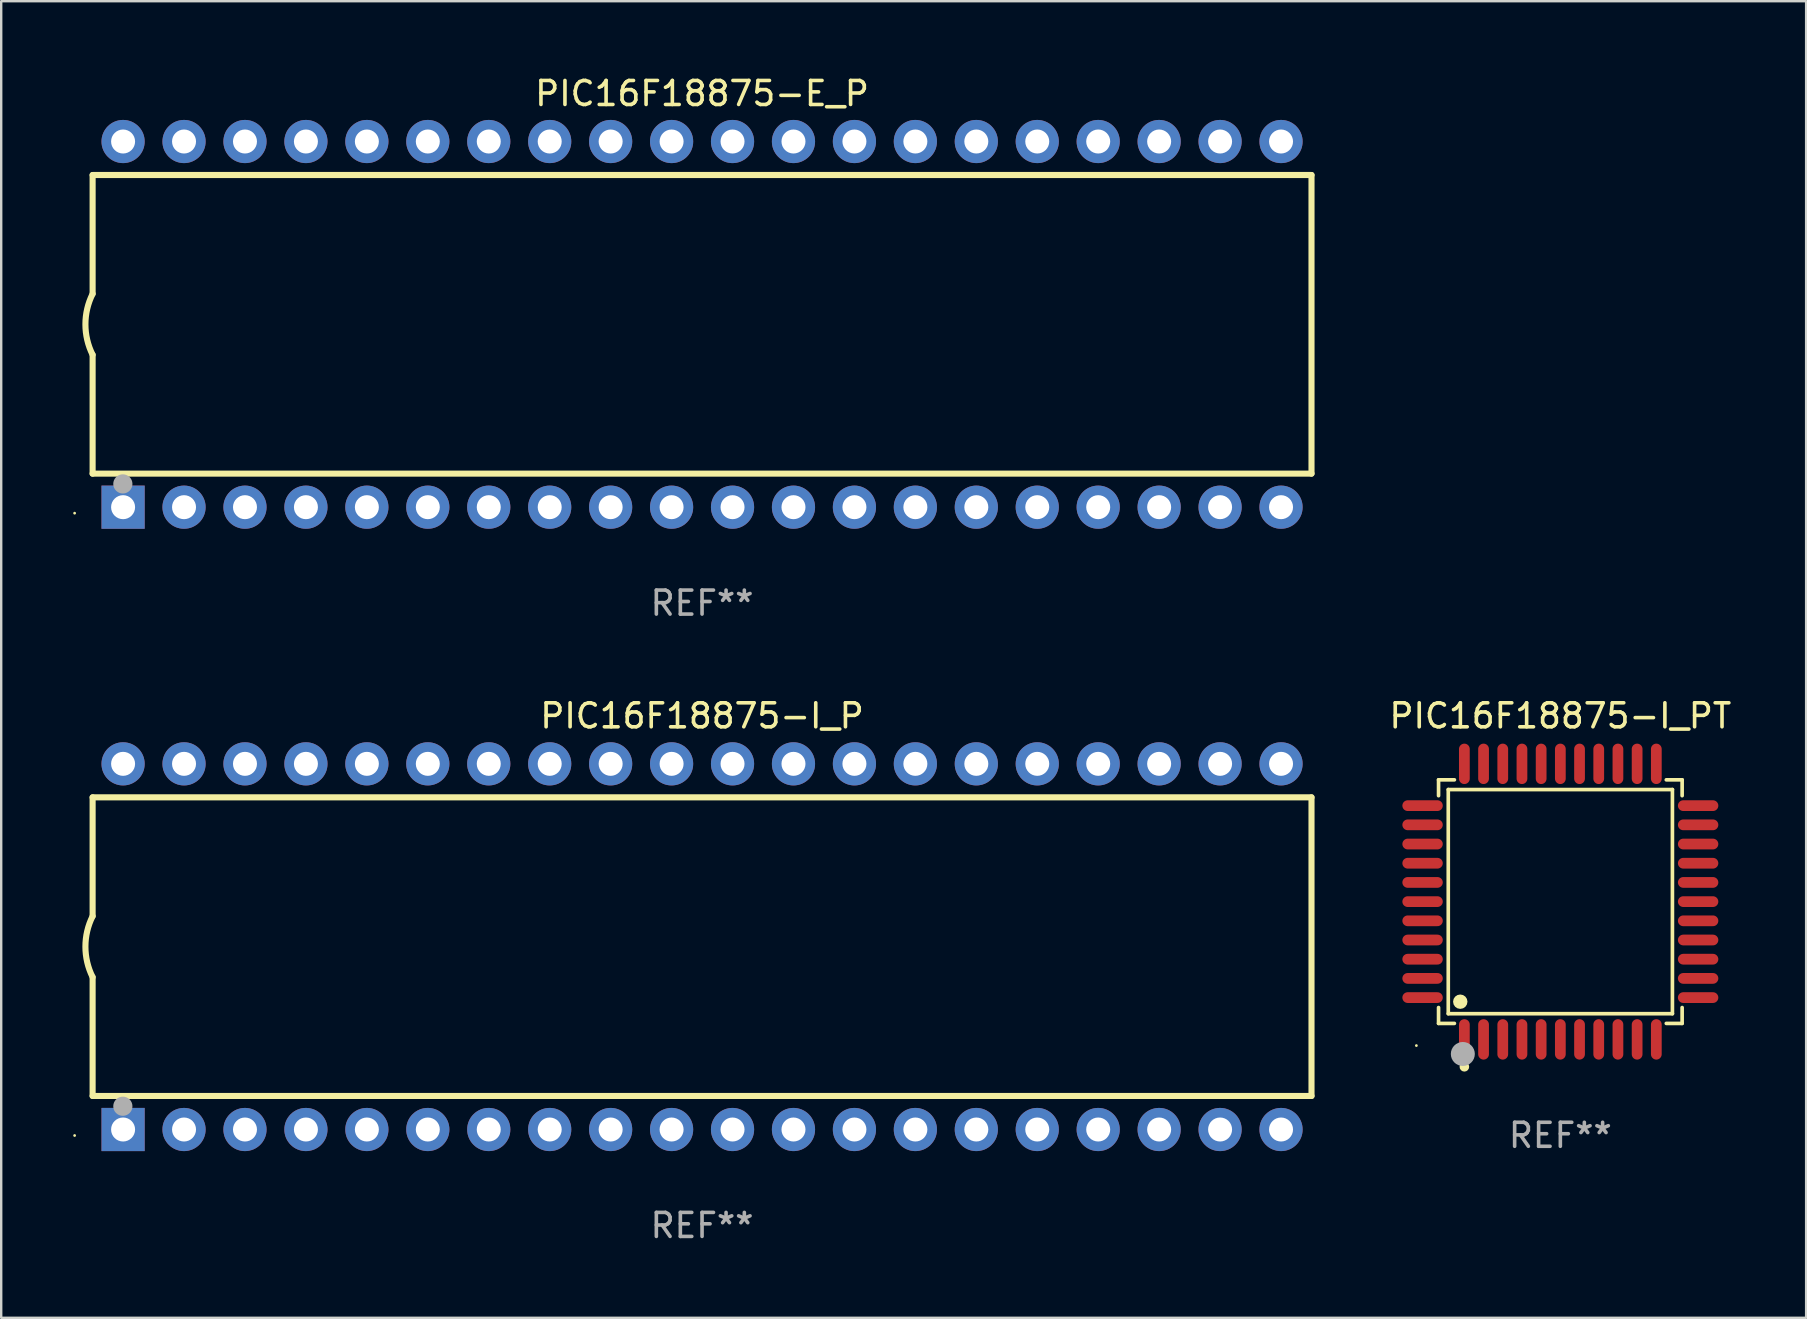
<source format=kicad_pcb>
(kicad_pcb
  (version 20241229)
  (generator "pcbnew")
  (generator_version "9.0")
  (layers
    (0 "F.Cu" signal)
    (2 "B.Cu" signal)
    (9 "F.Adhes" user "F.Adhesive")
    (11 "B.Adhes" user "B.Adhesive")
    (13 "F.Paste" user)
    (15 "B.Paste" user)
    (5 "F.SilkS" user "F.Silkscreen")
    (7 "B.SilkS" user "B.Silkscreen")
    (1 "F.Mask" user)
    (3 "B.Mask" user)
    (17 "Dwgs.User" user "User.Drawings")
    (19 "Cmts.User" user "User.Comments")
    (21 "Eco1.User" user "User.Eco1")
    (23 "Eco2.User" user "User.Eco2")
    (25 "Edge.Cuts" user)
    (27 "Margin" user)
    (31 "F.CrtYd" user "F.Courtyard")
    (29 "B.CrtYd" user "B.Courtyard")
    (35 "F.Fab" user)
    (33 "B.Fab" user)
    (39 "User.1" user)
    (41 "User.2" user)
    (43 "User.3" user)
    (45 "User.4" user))
  (footprint "PIC16F18875-E_P"
    (layer "F.Cu")
    (at 26.21 10.468)
    (property "Reference" "PIC16F18875-E_P" (at 0 -9.62 0) (layer "F.SilkS") (effects (font (size 1 1) (thickness 0.15))))
    (attr through_hole)
    (fp_line (start -25.4 -6.224) (end -25.4 -1.271) (stroke (width 0.254) (type solid)) (layer "F.SilkS"))
    (fp_line (start -25.4 -6.224) (end 25.4 -6.224) (stroke (width 0.254) (type solid)) (layer "F.SilkS"))
    (fp_line (start -25.4 1.269) (end -25.4 6.222) (stroke (width 0.254) (type solid)) (layer "F.SilkS"))
    (fp_line (start -25.4 6.222) (end 25.4 6.222) (stroke (width 0.254) (type solid)) (layer "F.SilkS"))
    (fp_line (start 25.4 6.222) (end 25.4 -6.224) (stroke (width 0.254) (type solid)) (layer "F.SilkS"))
    (fp_arc (start -25.4 1.269241) (mid -25.699807 -0.000762) (end -25.4 -1.270765) (stroke (width 0.254001) (type solid)) (layer "F.SilkS"))
    (fp_circle (center -26.15 7.87) (end -26.12 7.87) (stroke (width 0.06) (type solid)) (fill no) (layer "F.SilkS"))
    (fp_circle (center -24.14 6.65) (end -23.94 6.65) (stroke (width 0.4) (type solid)) (fill no) (layer "F.Fab"))
    (fp_text user "REF**" (at 0 11.62 0) (layer "F.Fab") (effects (font (size 1 1) (thickness 0.15))))
    (pad "1" thru_hole rect (at -24.13 7.62 90) (size 1.8 1.8) (drill 1) (layers "*.Cu" "*.Mask"))
    (pad "2" thru_hole circle (at -21.59 7.62) (size 1.8 1.8) (drill 1) (layers "*.Cu" "*.Mask"))
    (pad "3" thru_hole circle (at -19.05 7.62) (size 1.8 1.8) (drill 1) (layers "*.Cu" "*.Mask"))
    (pad "4" thru_hole circle (at -16.51 7.62) (size 1.8 1.8) (drill 1) (layers "*.Cu" "*.Mask"))
    (pad "5" thru_hole circle (at -13.97 7.62) (size 1.8 1.8) (drill 1) (layers "*.Cu" "*.Mask"))
    (pad "6" thru_hole circle (at -11.43 7.62) (size 1.8 1.8) (drill 1) (layers "*.Cu" "*.Mask"))
    (pad "7" thru_hole circle (at -8.89 7.62) (size 1.8 1.8) (drill 1) (layers "*.Cu" "*.Mask"))
    (pad "8" thru_hole circle (at -6.35 7.62) (size 1.8 1.8) (drill 1) (layers "*.Cu" "*.Mask"))
    (pad "9" thru_hole circle (at -3.81 7.62) (size 1.8 1.8) (drill 1) (layers "*.Cu" "*.Mask"))
    (pad "10" thru_hole circle (at -1.27 7.62) (size 1.8 1.8) (drill 1) (layers "*.Cu" "*.Mask"))
    (pad "11" thru_hole circle (at 1.27 7.62) (size 1.8 1.8) (drill 1) (layers "*.Cu" "*.Mask"))
    (pad "12" thru_hole circle (at 3.81 7.62) (size 1.8 1.8) (drill 1) (layers "*.Cu" "*.Mask"))
    (pad "13" thru_hole circle (at 6.35 7.62) (size 1.8 1.8) (drill 1) (layers "*.Cu" "*.Mask"))
    (pad "14" thru_hole circle (at 8.89 7.62) (size 1.8 1.8) (drill 1) (layers "*.Cu" "*.Mask"))
    (pad "15" thru_hole circle (at 11.43 7.62) (size 1.8 1.8) (drill 1) (layers "*.Cu" "*.Mask"))
    (pad "16" thru_hole circle (at 13.97 7.62) (size 1.8 1.8) (drill 1) (layers "*.Cu" "*.Mask"))
    (pad "17" thru_hole circle (at 16.51 7.62) (size 1.8 1.8) (drill 1) (layers "*.Cu" "*.Mask"))
    (pad "18" thru_hole circle (at 19.05 7.62) (size 1.8 1.8) (drill 1) (layers "*.Cu" "*.Mask"))
    (pad "19" thru_hole circle (at 21.59 7.62) (size 1.8 1.8) (drill 1) (layers "*.Cu" "*.Mask"))
    (pad "20" thru_hole circle (at 24.13 7.62) (size 1.8 1.8) (drill 1) (layers "*.Cu" "*.Mask"))
    (pad "21" thru_hole circle (at 24.13 -7.62) (size 1.8 1.8) (drill 1) (layers "*.Cu" "*.Mask"))
    (pad "22" thru_hole circle (at 21.59 -7.62) (size 1.8 1.8) (drill 1) (layers "*.Cu" "*.Mask"))
    (pad "23" thru_hole circle (at 19.05 -7.62) (size 1.8 1.8) (drill 1) (layers "*.Cu" "*.Mask"))
    (pad "24" thru_hole circle (at 16.51 -7.62) (size 1.8 1.8) (drill 1) (layers "*.Cu" "*.Mask"))
    (pad "25" thru_hole circle (at 13.97 -7.62) (size 1.8 1.8) (drill 1) (layers "*.Cu" "*.Mask"))
    (pad "26" thru_hole circle (at 11.43 -7.62) (size 1.8 1.8) (drill 1) (layers "*.Cu" "*.Mask"))
    (pad "27" thru_hole circle (at 8.89 -7.62) (size 1.8 1.8) (drill 1) (layers "*.Cu" "*.Mask"))
    (pad "28" thru_hole circle (at 6.35 -7.62) (size 1.8 1.8) (drill 1) (layers "*.Cu" "*.Mask"))
    (pad "29" thru_hole circle (at 3.81 -7.62) (size 1.8 1.8) (drill 1) (layers "*.Cu" "*.Mask"))
    (pad "30" thru_hole circle (at 1.27 -7.62) (size 1.8 1.8) (drill 1) (layers "*.Cu" "*.Mask"))
    (pad "31" thru_hole circle (at -1.27 -7.62) (size 1.8 1.8) (drill 1) (layers "*.Cu" "*.Mask"))
    (pad "32" thru_hole circle (at -3.81 -7.62) (size 1.8 1.8) (drill 1) (layers "*.Cu" "*.Mask"))
    (pad "33" thru_hole circle (at -6.35 -7.62) (size 1.8 1.8) (drill 1) (layers "*.Cu" "*.Mask"))
    (pad "34" thru_hole circle (at -8.89 -7.62) (size 1.8 1.8) (drill 1) (layers "*.Cu" "*.Mask"))
    (pad "35" thru_hole circle (at -11.43 -7.62) (size 1.8 1.8) (drill 1) (layers "*.Cu" "*.Mask"))
    (pad "36" thru_hole circle (at -13.97 -7.62) (size 1.8 1.8) (drill 1) (layers "*.Cu" "*.Mask"))
    (pad "37" thru_hole circle (at -16.51 -7.62) (size 1.8 1.8) (drill 1) (layers "*.Cu" "*.Mask"))
    (pad "38" thru_hole circle (at -19.05 -7.62) (size 1.8 1.8) (drill 1) (layers "*.Cu" "*.Mask"))
    (pad "39" thru_hole circle (at -21.59 -7.62) (size 1.8 1.8) (drill 1) (layers "*.Cu" "*.Mask"))
    (pad "40" thru_hole circle (at -24.13 -7.62) (size 1.8 1.8) (drill 1) (layers "*.Cu" "*.Mask")))
  (footprint "PIC16F18875-I_PT"
    (layer "F.Cu")
    (at 61.981 34.527)
    (property "Reference" "PIC16F18875-I_PT" (at 0 -7.742 0) (layer "F.SilkS") (effects (font (size 1 1) (thickness 0.15))))
    (attr through_hole)
    (fp_line (start -5.076 -5.076) (end -4.415 -5.076) (stroke (width 0.152) (type solid)) (layer "F.SilkS"))
    (fp_line (start -5.076 -4.415) (end -5.076 -5.076) (stroke (width 0.152) (type solid)) (layer "F.SilkS"))
    (fp_line (start -5.076 4.415) (end -5.076 5.076) (stroke (width 0.152) (type solid)) (layer "F.SilkS"))
    (fp_line (start -5.076 5.076) (end -4.415 5.076) (stroke (width 0.152) (type solid)) (layer "F.SilkS"))
    (fp_line (start -4.671 -4.671) (end 4.671 -4.671) (stroke (width 0.152) (type solid)) (layer "F.SilkS"))
    (fp_line (start -4.671 4.671) (end -4.671 -4.671) (stroke (width 0.152) (type solid)) (layer "F.SilkS"))
    (fp_line (start 4.671 -4.671) (end 4.671 4.671) (stroke (width 0.152) (type solid)) (layer "F.SilkS"))
    (fp_line (start 4.671 4.671) (end -4.671 4.671) (stroke (width 0.152) (type solid)) (layer "F.SilkS"))
    (fp_line (start 5.076 -5.076) (end 4.415 -5.076) (stroke (width 0.152) (type solid)) (layer "F.SilkS"))
    (fp_line (start 5.076 -4.415) (end 5.076 -5.076) (stroke (width 0.152) (type solid)) (layer "F.SilkS"))
    (fp_line (start 5.076 4.415) (end 5.076 5.076) (stroke (width 0.152) (type solid)) (layer "F.SilkS"))
    (fp_line (start 5.076 5.076) (end 4.415 5.076) (stroke (width 0.152) (type solid)) (layer "F.SilkS"))
    (fp_circle (center -6 6) (end -5.97 6) (stroke (width 0.06) (type solid)) (fill no) (layer "F.SilkS"))
    (fp_circle (center -4.171 4.171) (end -4.021 4.171) (stroke (width 0.3) (type solid)) (fill no) (layer "F.SilkS"))
    (fp_circle (center -4 6.884) (end -3.9 6.884) (stroke (width 0.2) (type solid)) (fill no) (layer "F.SilkS"))
    (fp_circle (center -4.064 6.35) (end -3.814 6.35) (stroke (width 0.5) (type solid)) (fill no) (layer "F.Fab"))
    (fp_text user "REF**" (at 0 9.742 0) (layer "F.Fab") (effects (font (size 1 1) (thickness 0.15))))
    (pad "1" smd oval (at -4 5.742) (size 0.448 1.684) (layers "F.Cu" "F.Mask" "F.Paste"))
    (pad "2" smd oval (at -3.2 5.742) (size 0.448 1.684) (layers "F.Cu" "F.Mask" "F.Paste"))
    (pad "3" smd oval (at -2.4 5.742) (size 0.448 1.684) (layers "F.Cu" "F.Mask" "F.Paste"))
    (pad "4" smd oval (at -1.6 5.742) (size 0.448 1.684) (layers "F.Cu" "F.Mask" "F.Paste"))
    (pad "5" smd oval (at -0.8 5.742) (size 0.448 1.684) (layers "F.Cu" "F.Mask" "F.Paste"))
    (pad "6" smd oval (at 0 5.742) (size 0.448 1.684) (layers "F.Cu" "F.Mask" "F.Paste"))
    (pad "7" smd oval (at 0.8 5.742) (size 0.448 1.684) (layers "F.Cu" "F.Mask" "F.Paste"))
    (pad "8" smd oval (at 1.6 5.742) (size 0.448 1.684) (layers "F.Cu" "F.Mask" "F.Paste"))
    (pad "9" smd oval (at 2.4 5.742) (size 0.448 1.684) (layers "F.Cu" "F.Mask" "F.Paste"))
    (pad "10" smd oval (at 3.2 5.742) (size 0.448 1.684) (layers "F.Cu" "F.Mask" "F.Paste"))
    (pad "11" smd oval (at 4 5.742) (size 0.448 1.684) (layers "F.Cu" "F.Mask" "F.Paste"))
    (pad "12" smd oval (at 5.742 4) (size 1.684 0.448) (layers "F.Cu" "F.Mask" "F.Paste"))
    (pad "13" smd oval (at 5.742 3.2) (size 1.684 0.448) (layers "F.Cu" "F.Mask" "F.Paste"))
    (pad "14" smd oval (at 5.742 2.4) (size 1.684 0.448) (layers "F.Cu" "F.Mask" "F.Paste"))
    (pad "15" smd oval (at 5.742 1.6) (size 1.684 0.448) (layers "F.Cu" "F.Mask" "F.Paste"))
    (pad "16" smd oval (at 5.742 0.8) (size 1.684 0.448) (layers "F.Cu" "F.Mask" "F.Paste"))
    (pad "17" smd oval (at 5.742 0) (size 1.684 0.448) (layers "F.Cu" "F.Mask" "F.Paste"))
    (pad "18" smd oval (at 5.742 -0.8) (size 1.684 0.448) (layers "F.Cu" "F.Mask" "F.Paste"))
    (pad "19" smd oval (at 5.742 -1.6) (size 1.684 0.448) (layers "F.Cu" "F.Mask" "F.Paste"))
    (pad "20" smd oval (at 5.742 -2.4) (size 1.684 0.448) (layers "F.Cu" "F.Mask" "F.Paste"))
    (pad "21" smd oval (at 5.742 -3.2) (size 1.684 0.448) (layers "F.Cu" "F.Mask" "F.Paste"))
    (pad "22" smd oval (at 5.742 -4) (size 1.684 0.448) (layers "F.Cu" "F.Mask" "F.Paste"))
    (pad "23" smd oval (at 4 -5.742) (size 0.448 1.684) (layers "F.Cu" "F.Mask" "F.Paste"))
    (pad "24" smd oval (at 3.2 -5.742) (size 0.448 1.684) (layers "F.Cu" "F.Mask" "F.Paste"))
    (pad "25" smd oval (at 2.4 -5.742) (size 0.448 1.684) (layers "F.Cu" "F.Mask" "F.Paste"))
    (pad "26" smd oval (at 1.6 -5.742) (size 0.448 1.684) (layers "F.Cu" "F.Mask" "F.Paste"))
    (pad "27" smd oval (at 0.8 -5.742) (size 0.448 1.684) (layers "F.Cu" "F.Mask" "F.Paste"))
    (pad "28" smd oval (at 0 -5.742) (size 0.448 1.684) (layers "F.Cu" "F.Mask" "F.Paste"))
    (pad "29" smd oval (at -0.8 -5.742) (size 0.448 1.684) (layers "F.Cu" "F.Mask" "F.Paste"))
    (pad "30" smd oval (at -1.6 -5.742) (size 0.448 1.684) (layers "F.Cu" "F.Mask" "F.Paste"))
    (pad "31" smd oval (at -2.4 -5.742) (size 0.448 1.684) (layers "F.Cu" "F.Mask" "F.Paste"))
    (pad "32" smd oval (at -3.2 -5.742) (size 0.448 1.684) (layers "F.Cu" "F.Mask" "F.Paste"))
    (pad "33" smd oval (at -4 -5.742) (size 0.448 1.684) (layers "F.Cu" "F.Mask" "F.Paste"))
    (pad "34" smd oval (at -5.742 -4) (size 1.684 0.448) (layers "F.Cu" "F.Mask" "F.Paste"))
    (pad "35" smd oval (at -5.742 -3.2) (size 1.684 0.448) (layers "F.Cu" "F.Mask" "F.Paste"))
    (pad "36" smd oval (at -5.742 -2.4) (size 1.684 0.448) (layers "F.Cu" "F.Mask" "F.Paste"))
    (pad "37" smd oval (at -5.742 -1.6) (size 1.684 0.448) (layers "F.Cu" "F.Mask" "F.Paste"))
    (pad "38" smd oval (at -5.742 -0.8) (size 1.684 0.448) (layers "F.Cu" "F.Mask" "F.Paste"))
    (pad "39" smd oval (at -5.742 0) (size 1.684 0.448) (layers "F.Cu" "F.Mask" "F.Paste"))
    (pad "40" smd oval (at -5.742 0.8) (size 1.684 0.448) (layers "F.Cu" "F.Mask" "F.Paste"))
    (pad "41" smd oval (at -5.742 1.6) (size 1.684 0.448) (layers "F.Cu" "F.Mask" "F.Paste"))
    (pad "42" smd oval (at -5.742 2.4) (size 1.684 0.448) (layers "F.Cu" "F.Mask" "F.Paste"))
    (pad "43" smd oval (at -5.742 3.2) (size 1.684 0.448) (layers "F.Cu" "F.Mask" "F.Paste"))
    (pad "44" smd oval (at -5.742 4) (size 1.684 0.448) (layers "F.Cu" "F.Mask" "F.Paste")))
  (footprint "PIC16F18875-I_P"
    (layer "F.Cu")
    (at 26.21 36.405)
    (property "Reference" "PIC16F18875-I_P" (at 0 -9.62 0) (layer "F.SilkS") (effects (font (size 1 1) (thickness 0.15))))
    (attr through_hole)
    (fp_line (start -25.4 -6.224) (end -25.4 -1.271) (stroke (width 0.254) (type solid)) (layer "F.SilkS"))
    (fp_line (start -25.4 -6.224) (end 25.4 -6.224) (stroke (width 0.254) (type solid)) (layer "F.SilkS"))
    (fp_line (start -25.4 1.269) (end -25.4 6.222) (stroke (width 0.254) (type solid)) (layer "F.SilkS"))
    (fp_line (start -25.4 6.222) (end 25.4 6.222) (stroke (width 0.254) (type solid)) (layer "F.SilkS"))
    (fp_line (start 25.4 6.222) (end 25.4 -6.224) (stroke (width 0.254) (type solid)) (layer "F.SilkS"))
    (fp_arc (start -25.4 1.269241) (mid -25.699807 -0.000762) (end -25.4 -1.270765) (stroke (width 0.254001) (type solid)) (layer "F.SilkS"))
    (fp_circle (center -26.15 7.87) (end -26.12 7.87) (stroke (width 0.06) (type solid)) (fill no) (layer "F.SilkS"))
    (fp_circle (center -24.14 6.65) (end -23.94 6.65) (stroke (width 0.4) (type solid)) (fill no) (layer "F.Fab"))
    (fp_text user "REF**" (at 0 11.62 0) (layer "F.Fab") (effects (font (size 1 1) (thickness 0.15))))
    (pad "1" thru_hole rect (at -24.13 7.62 90) (size 1.8 1.8) (drill 1) (layers "*.Cu" "*.Mask"))
    (pad "2" thru_hole circle (at -21.59 7.62) (size 1.8 1.8) (drill 1) (layers "*.Cu" "*.Mask"))
    (pad "3" thru_hole circle (at -19.05 7.62) (size 1.8 1.8) (drill 1) (layers "*.Cu" "*.Mask"))
    (pad "4" thru_hole circle (at -16.51 7.62) (size 1.8 1.8) (drill 1) (layers "*.Cu" "*.Mask"))
    (pad "5" thru_hole circle (at -13.97 7.62) (size 1.8 1.8) (drill 1) (layers "*.Cu" "*.Mask"))
    (pad "6" thru_hole circle (at -11.43 7.62) (size 1.8 1.8) (drill 1) (layers "*.Cu" "*.Mask"))
    (pad "7" thru_hole circle (at -8.89 7.62) (size 1.8 1.8) (drill 1) (layers "*.Cu" "*.Mask"))
    (pad "8" thru_hole circle (at -6.35 7.62) (size 1.8 1.8) (drill 1) (layers "*.Cu" "*.Mask"))
    (pad "9" thru_hole circle (at -3.81 7.62) (size 1.8 1.8) (drill 1) (layers "*.Cu" "*.Mask"))
    (pad "10" thru_hole circle (at -1.27 7.62) (size 1.8 1.8) (drill 1) (layers "*.Cu" "*.Mask"))
    (pad "11" thru_hole circle (at 1.27 7.62) (size 1.8 1.8) (drill 1) (layers "*.Cu" "*.Mask"))
    (pad "12" thru_hole circle (at 3.81 7.62) (size 1.8 1.8) (drill 1) (layers "*.Cu" "*.Mask"))
    (pad "13" thru_hole circle (at 6.35 7.62) (size 1.8 1.8) (drill 1) (layers "*.Cu" "*.Mask"))
    (pad "14" thru_hole circle (at 8.89 7.62) (size 1.8 1.8) (drill 1) (layers "*.Cu" "*.Mask"))
    (pad "15" thru_hole circle (at 11.43 7.62) (size 1.8 1.8) (drill 1) (layers "*.Cu" "*.Mask"))
    (pad "16" thru_hole circle (at 13.97 7.62) (size 1.8 1.8) (drill 1) (layers "*.Cu" "*.Mask"))
    (pad "17" thru_hole circle (at 16.51 7.62) (size 1.8 1.8) (drill 1) (layers "*.Cu" "*.Mask"))
    (pad "18" thru_hole circle (at 19.05 7.62) (size 1.8 1.8) (drill 1) (layers "*.Cu" "*.Mask"))
    (pad "19" thru_hole circle (at 21.59 7.62) (size 1.8 1.8) (drill 1) (layers "*.Cu" "*.Mask"))
    (pad "20" thru_hole circle (at 24.13 7.62) (size 1.8 1.8) (drill 1) (layers "*.Cu" "*.Mask"))
    (pad "21" thru_hole circle (at 24.13 -7.62) (size 1.8 1.8) (drill 1) (layers "*.Cu" "*.Mask"))
    (pad "22" thru_hole circle (at 21.59 -7.62) (size 1.8 1.8) (drill 1) (layers "*.Cu" "*.Mask"))
    (pad "23" thru_hole circle (at 19.05 -7.62) (size 1.8 1.8) (drill 1) (layers "*.Cu" "*.Mask"))
    (pad "24" thru_hole circle (at 16.51 -7.62) (size 1.8 1.8) (drill 1) (layers "*.Cu" "*.Mask"))
    (pad "25" thru_hole circle (at 13.97 -7.62) (size 1.8 1.8) (drill 1) (layers "*.Cu" "*.Mask"))
    (pad "26" thru_hole circle (at 11.43 -7.62) (size 1.8 1.8) (drill 1) (layers "*.Cu" "*.Mask"))
    (pad "27" thru_hole circle (at 8.89 -7.62) (size 1.8 1.8) (drill 1) (layers "*.Cu" "*.Mask"))
    (pad "28" thru_hole circle (at 6.35 -7.62) (size 1.8 1.8) (drill 1) (layers "*.Cu" "*.Mask"))
    (pad "29" thru_hole circle (at 3.81 -7.62) (size 1.8 1.8) (drill 1) (layers "*.Cu" "*.Mask"))
    (pad "30" thru_hole circle (at 1.27 -7.62) (size 1.8 1.8) (drill 1) (layers "*.Cu" "*.Mask"))
    (pad "31" thru_hole circle (at -1.27 -7.62) (size 1.8 1.8) (drill 1) (layers "*.Cu" "*.Mask"))
    (pad "32" thru_hole circle (at -3.81 -7.62) (size 1.8 1.8) (drill 1) (layers "*.Cu" "*.Mask"))
    (pad "33" thru_hole circle (at -6.35 -7.62) (size 1.8 1.8) (drill 1) (layers "*.Cu" "*.Mask"))
    (pad "34" thru_hole circle (at -8.89 -7.62) (size 1.8 1.8) (drill 1) (layers "*.Cu" "*.Mask"))
    (pad "35" thru_hole circle (at -11.43 -7.62) (size 1.8 1.8) (drill 1) (layers "*.Cu" "*.Mask"))
    (pad "36" thru_hole circle (at -13.97 -7.62) (size 1.8 1.8) (drill 1) (layers "*.Cu" "*.Mask"))
    (pad "37" thru_hole circle (at -16.51 -7.62) (size 1.8 1.8) (drill 1) (layers "*.Cu" "*.Mask"))
    (pad "38" thru_hole circle (at -19.05 -7.62) (size 1.8 1.8) (drill 1) (layers "*.Cu" "*.Mask"))
    (pad "39" thru_hole circle (at -21.59 -7.62) (size 1.8 1.8) (drill 1) (layers "*.Cu" "*.Mask"))
    (pad "40" thru_hole circle (at -24.13 -7.62) (size 1.8 1.8) (drill 1) (layers "*.Cu" "*.Mask")))
  (gr_rect
    (start -3 -3)
    (end 72.225 51.873)
    (stroke (width 0.1) (type default))
    (fill no)
    (layer "Edge.Cuts")))
</source>
